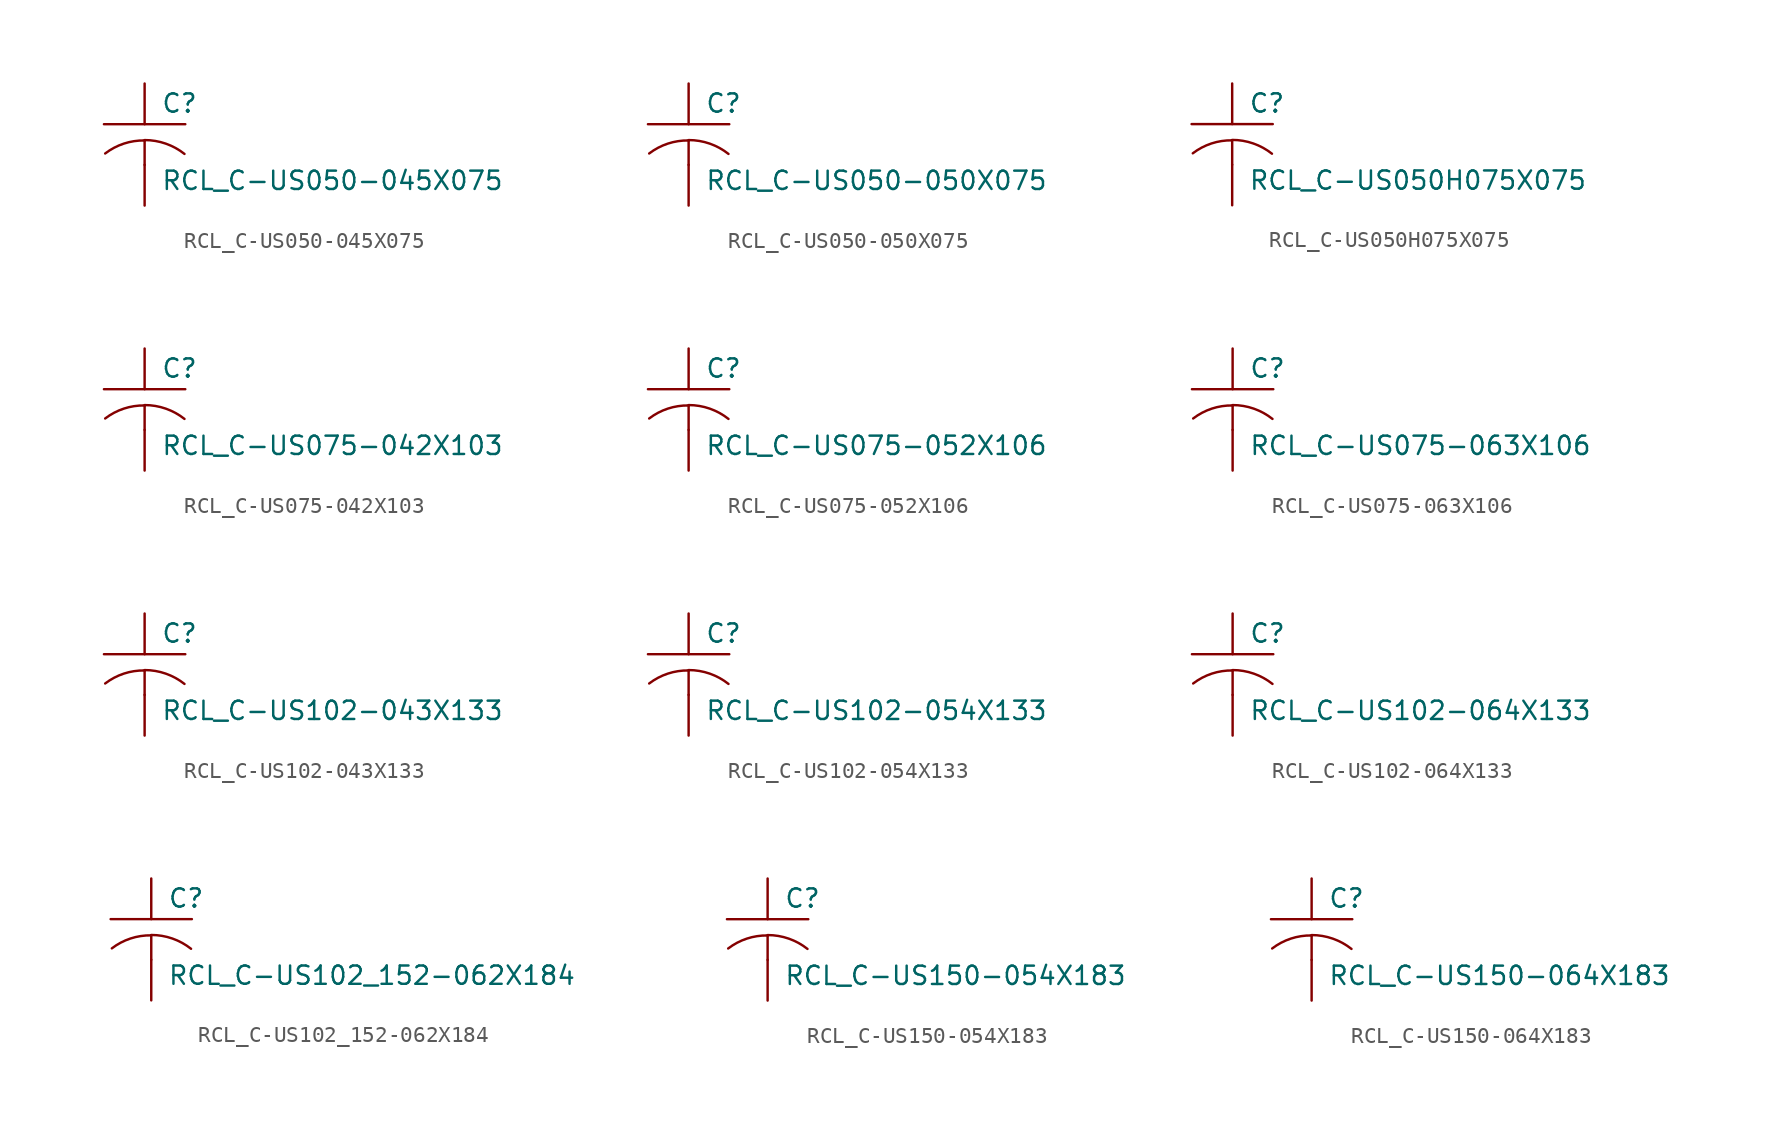
<source format=kicad_sym>
(kicad_symbol_lib
  (version 20210619)
  (generator kicad_symbol_editor)
  (symbol "RCL_C-US050-045X075"
    (pin_numbers hide)
    (pin_names
      (offset 1.016) hide)
    (property "Reference" "C"
      (at 1.016 0.635 0)
      (effects (font (size 1.143 1.143)) (justify left bottom)))
    (property "Value" "RCL_C-US050-045X075"
      (at 1.016 -4.191 0)
      (effects (font (size 1.143 1.143)) (justify left bottom)))
    (property "ki_locked" ""
      (at 0 0 0)
      (effects (font (size 1.27 1.27))))
    (symbol "RCL_C-US050-045X075_1_0"
      (polyline (pts (xy -2.54 0) (xy 2.54 0)) (stroke (width 0)) (fill (type none)))
      (polyline (pts (xy 0 -1.016) (xy 0 -2.54)) (stroke (width 0)) (fill (type none)))
      (polyline (pts (xy 0 -1.016) (xy 0 -1.016)) (stroke (width 0)) (fill (type none))))
    (symbol "RCL_C-US050-045X075_1_1"
      (arc (start 0 -1.016) (end -2.4638 -1.8288) (radius (at 0 -5.08) (length 4.0386) (angles 90.1 127.3)) (stroke (width 0)) (fill (type none)))
      (arc (start 2.4892 -1.8542) (end 0 -0.9906) (radius (at 0 -5.0292) (length 4.0386) (angles 52.3 89.9)) (stroke (width 0)) (fill (type none)))
      (pin passive line (at 0 2.54 270) (length 2.54) (name "1" (effects (font (size 1.016 1.016)))) (number "1" (effects (font (size 1.016 1.016)))))
      (pin passive line (at 0 -5.08 90) (length 2.54) (name "2" (effects (font (size 1.016 1.016)))) (number "2" (effects (font (size 1.016 1.016)))))))
  (symbol "RCL_C-US050-050X075"
    (pin_numbers hide)
    (pin_names
      (offset 1.016) hide)
    (property "Reference" "C"
      (at 1.016 0.635 0)
      (effects (font (size 1.143 1.143)) (justify left bottom)))
    (property "Value" "RCL_C-US050-050X075"
      (at 1.016 -4.191 0)
      (effects (font (size 1.143 1.143)) (justify left bottom)))
    (property "ki_locked" ""
      (at 0 0 0)
      (effects (font (size 1.27 1.27))))
    (symbol "RCL_C-US050-050X075_1_0"
      (polyline (pts (xy -2.54 0) (xy 2.54 0)) (stroke (width 0)) (fill (type none)))
      (polyline (pts (xy 0 -1.016) (xy 0 -2.54)) (stroke (width 0)) (fill (type none)))
      (polyline (pts (xy 0 -1.016) (xy 0 -1.016)) (stroke (width 0)) (fill (type none))))
    (symbol "RCL_C-US050-050X075_1_1"
      (arc (start 0 -1.016) (end -2.4638 -1.8288) (radius (at 0 -5.08) (length 4.0386) (angles 90.1 127.3)) (stroke (width 0)) (fill (type none)))
      (arc (start 2.4892 -1.8542) (end 0 -0.9906) (radius (at 0 -5.0292) (length 4.0386) (angles 52.3 89.9)) (stroke (width 0)) (fill (type none)))
      (pin passive line (at 0 2.54 270) (length 2.54) (name "1" (effects (font (size 1.016 1.016)))) (number "1" (effects (font (size 1.016 1.016)))))
      (pin passive line (at 0 -5.08 90) (length 2.54) (name "2" (effects (font (size 1.016 1.016)))) (number "2" (effects (font (size 1.016 1.016)))))))
  (symbol "RCL_C-US050H075X075"
    (pin_numbers hide)
    (pin_names
      (offset 1.016) hide)
    (property "Reference" "C"
      (at 1.016 0.635 0)
      (effects (font (size 1.143 1.143)) (justify left bottom)))
    (property "Value" "RCL_C-US050H075X075"
      (at 1.016 -4.191 0)
      (effects (font (size 1.143 1.143)) (justify left bottom)))
    (property "ki_locked" ""
      (at 0 0 0)
      (effects (font (size 1.27 1.27))))
    (symbol "RCL_C-US050H075X075_1_0"
      (polyline (pts (xy -2.54 0) (xy 2.54 0)) (stroke (width 0)) (fill (type none)))
      (polyline (pts (xy 0 -1.016) (xy 0 -2.54)) (stroke (width 0)) (fill (type none)))
      (polyline (pts (xy 0 -1.016) (xy 0 -1.016)) (stroke (width 0)) (fill (type none))))
    (symbol "RCL_C-US050H075X075_1_1"
      (arc (start 0 -1.016) (end -2.4638 -1.8288) (radius (at 0 -5.08) (length 4.0386) (angles 90.1 127.3)) (stroke (width 0)) (fill (type none)))
      (arc (start 2.4892 -1.8542) (end 0 -0.9906) (radius (at 0 -5.0292) (length 4.0386) (angles 52.3 89.9)) (stroke (width 0)) (fill (type none)))
      (pin passive line (at 0 2.54 270) (length 2.54) (name "1" (effects (font (size 1.016 1.016)))) (number "1" (effects (font (size 1.016 1.016)))))
      (pin passive line (at 0 -5.08 90) (length 2.54) (name "2" (effects (font (size 1.016 1.016)))) (number "2" (effects (font (size 1.016 1.016)))))))
  (symbol "RCL_C-US075-042X103"
    (pin_numbers hide)
    (pin_names
      (offset 1.016) hide)
    (property "Reference" "C"
      (at 1.016 0.635 0)
      (effects (font (size 1.143 1.143)) (justify left bottom)))
    (property "Value" "RCL_C-US075-042X103"
      (at 1.016 -4.191 0)
      (effects (font (size 1.143 1.143)) (justify left bottom)))
    (property "ki_locked" ""
      (at 0 0 0)
      (effects (font (size 1.27 1.27))))
    (symbol "RCL_C-US075-042X103_1_0"
      (polyline (pts (xy -2.54 0) (xy 2.54 0)) (stroke (width 0)) (fill (type none)))
      (polyline (pts (xy 0 -1.016) (xy 0 -2.54)) (stroke (width 0)) (fill (type none)))
      (polyline (pts (xy 0 -1.016) (xy 0 -1.016)) (stroke (width 0)) (fill (type none))))
    (symbol "RCL_C-US075-042X103_1_1"
      (arc (start 0 -1.016) (end -2.4638 -1.8288) (radius (at 0 -5.08) (length 4.0386) (angles 90.1 127.3)) (stroke (width 0)) (fill (type none)))
      (arc (start 2.4892 -1.8542) (end 0 -0.9906) (radius (at 0 -5.0292) (length 4.0386) (angles 52.3 89.9)) (stroke (width 0)) (fill (type none)))
      (pin passive line (at 0 2.54 270) (length 2.54) (name "1" (effects (font (size 1.016 1.016)))) (number "1" (effects (font (size 1.016 1.016)))))
      (pin passive line (at 0 -5.08 90) (length 2.54) (name "2" (effects (font (size 1.016 1.016)))) (number "2" (effects (font (size 1.016 1.016)))))))
  (symbol "RCL_C-US075-052X106"
    (pin_numbers hide)
    (pin_names
      (offset 1.016) hide)
    (property "Reference" "C"
      (at 1.016 0.635 0)
      (effects (font (size 1.143 1.143)) (justify left bottom)))
    (property "Value" "RCL_C-US075-052X106"
      (at 1.016 -4.191 0)
      (effects (font (size 1.143 1.143)) (justify left bottom)))
    (property "ki_locked" ""
      (at 0 0 0)
      (effects (font (size 1.27 1.27))))
    (symbol "RCL_C-US075-052X106_1_0"
      (polyline (pts (xy -2.54 0) (xy 2.54 0)) (stroke (width 0)) (fill (type none)))
      (polyline (pts (xy 0 -1.016) (xy 0 -2.54)) (stroke (width 0)) (fill (type none)))
      (polyline (pts (xy 0 -1.016) (xy 0 -1.016)) (stroke (width 0)) (fill (type none))))
    (symbol "RCL_C-US075-052X106_1_1"
      (arc (start 0 -1.016) (end -2.4638 -1.8288) (radius (at 0 -5.08) (length 4.0386) (angles 90.1 127.3)) (stroke (width 0)) (fill (type none)))
      (arc (start 2.4892 -1.8542) (end 0 -0.9906) (radius (at 0 -5.0292) (length 4.0386) (angles 52.3 89.9)) (stroke (width 0)) (fill (type none)))
      (pin passive line (at 0 2.54 270) (length 2.54) (name "1" (effects (font (size 1.016 1.016)))) (number "1" (effects (font (size 1.016 1.016)))))
      (pin passive line (at 0 -5.08 90) (length 2.54) (name "2" (effects (font (size 1.016 1.016)))) (number "2" (effects (font (size 1.016 1.016)))))))
  (symbol "RCL_C-US075-063X106"
    (pin_numbers hide)
    (pin_names
      (offset 1.016) hide)
    (property "Reference" "C"
      (at 1.016 0.635 0)
      (effects (font (size 1.143 1.143)) (justify left bottom)))
    (property "Value" "RCL_C-US075-063X106"
      (at 1.016 -4.191 0)
      (effects (font (size 1.143 1.143)) (justify left bottom)))
    (property "ki_locked" ""
      (at 0 0 0)
      (effects (font (size 1.27 1.27))))
    (symbol "RCL_C-US075-063X106_1_0"
      (polyline (pts (xy -2.54 0) (xy 2.54 0)) (stroke (width 0)) (fill (type none)))
      (polyline (pts (xy 0 -1.016) (xy 0 -2.54)) (stroke (width 0)) (fill (type none)))
      (polyline (pts (xy 0 -1.016) (xy 0 -1.016)) (stroke (width 0)) (fill (type none))))
    (symbol "RCL_C-US075-063X106_1_1"
      (arc (start 0 -1.016) (end -2.4638 -1.8288) (radius (at 0 -5.08) (length 4.0386) (angles 90.1 127.3)) (stroke (width 0)) (fill (type none)))
      (arc (start 2.4892 -1.8542) (end 0 -0.9906) (radius (at 0 -5.0292) (length 4.0386) (angles 52.3 89.9)) (stroke (width 0)) (fill (type none)))
      (pin passive line (at 0 2.54 270) (length 2.54) (name "1" (effects (font (size 1.016 1.016)))) (number "1" (effects (font (size 1.016 1.016)))))
      (pin passive line (at 0 -5.08 90) (length 2.54) (name "2" (effects (font (size 1.016 1.016)))) (number "2" (effects (font (size 1.016 1.016)))))))
  (symbol "RCL_C-US102-043X133"
    (pin_numbers hide)
    (pin_names
      (offset 1.016) hide)
    (property "Reference" "C"
      (at 1.016 0.635 0)
      (effects (font (size 1.143 1.143)) (justify left bottom)))
    (property "Value" "RCL_C-US102-043X133"
      (at 1.016 -4.191 0)
      (effects (font (size 1.143 1.143)) (justify left bottom)))
    (property "ki_locked" ""
      (at 0 0 0)
      (effects (font (size 1.27 1.27))))
    (symbol "RCL_C-US102-043X133_1_0"
      (polyline (pts (xy -2.54 0) (xy 2.54 0)) (stroke (width 0)) (fill (type none)))
      (polyline (pts (xy 0 -1.016) (xy 0 -2.54)) (stroke (width 0)) (fill (type none)))
      (polyline (pts (xy 0 -1.016) (xy 0 -1.016)) (stroke (width 0)) (fill (type none))))
    (symbol "RCL_C-US102-043X133_1_1"
      (arc (start 0 -1.016) (end -2.4638 -1.8288) (radius (at 0 -5.08) (length 4.0386) (angles 90.1 127.3)) (stroke (width 0)) (fill (type none)))
      (arc (start 2.4892 -1.8542) (end 0 -0.9906) (radius (at 0 -5.0292) (length 4.0386) (angles 52.3 89.9)) (stroke (width 0)) (fill (type none)))
      (pin passive line (at 0 2.54 270) (length 2.54) (name "1" (effects (font (size 1.016 1.016)))) (number "1" (effects (font (size 1.016 1.016)))))
      (pin passive line (at 0 -5.08 90) (length 2.54) (name "2" (effects (font (size 1.016 1.016)))) (number "2" (effects (font (size 1.016 1.016)))))))
  (symbol "RCL_C-US102-054X133"
    (pin_numbers hide)
    (pin_names
      (offset 1.016) hide)
    (property "Reference" "C"
      (at 1.016 0.635 0)
      (effects (font (size 1.143 1.143)) (justify left bottom)))
    (property "Value" "RCL_C-US102-054X133"
      (at 1.016 -4.191 0)
      (effects (font (size 1.143 1.143)) (justify left bottom)))
    (property "ki_locked" ""
      (at 0 0 0)
      (effects (font (size 1.27 1.27))))
    (symbol "RCL_C-US102-054X133_1_0"
      (polyline (pts (xy -2.54 0) (xy 2.54 0)) (stroke (width 0)) (fill (type none)))
      (polyline (pts (xy 0 -1.016) (xy 0 -2.54)) (stroke (width 0)) (fill (type none)))
      (polyline (pts (xy 0 -1.016) (xy 0 -1.016)) (stroke (width 0)) (fill (type none))))
    (symbol "RCL_C-US102-054X133_1_1"
      (arc (start 0 -1.016) (end -2.4638 -1.8288) (radius (at 0 -5.08) (length 4.0386) (angles 90.1 127.3)) (stroke (width 0)) (fill (type none)))
      (arc (start 2.4892 -1.8542) (end 0 -0.9906) (radius (at 0 -5.0292) (length 4.0386) (angles 52.3 89.9)) (stroke (width 0)) (fill (type none)))
      (pin passive line (at 0 2.54 270) (length 2.54) (name "1" (effects (font (size 1.016 1.016)))) (number "1" (effects (font (size 1.016 1.016)))))
      (pin passive line (at 0 -5.08 90) (length 2.54) (name "2" (effects (font (size 1.016 1.016)))) (number "2" (effects (font (size 1.016 1.016)))))))
  (symbol "RCL_C-US102-064X133"
    (pin_numbers hide)
    (pin_names
      (offset 1.016) hide)
    (property "Reference" "C"
      (at 1.016 0.635 0)
      (effects (font (size 1.143 1.143)) (justify left bottom)))
    (property "Value" "RCL_C-US102-064X133"
      (at 1.016 -4.191 0)
      (effects (font (size 1.143 1.143)) (justify left bottom)))
    (property "ki_locked" ""
      (at 0 0 0)
      (effects (font (size 1.27 1.27))))
    (symbol "RCL_C-US102-064X133_1_0"
      (polyline (pts (xy -2.54 0) (xy 2.54 0)) (stroke (width 0)) (fill (type none)))
      (polyline (pts (xy 0 -1.016) (xy 0 -2.54)) (stroke (width 0)) (fill (type none)))
      (polyline (pts (xy 0 -1.016) (xy 0 -1.016)) (stroke (width 0)) (fill (type none))))
    (symbol "RCL_C-US102-064X133_1_1"
      (arc (start 0 -1.016) (end -2.4638 -1.8288) (radius (at 0 -5.08) (length 4.0386) (angles 90.1 127.3)) (stroke (width 0)) (fill (type none)))
      (arc (start 2.4892 -1.8542) (end 0 -0.9906) (radius (at 0 -5.0292) (length 4.0386) (angles 52.3 89.9)) (stroke (width 0)) (fill (type none)))
      (pin passive line (at 0 2.54 270) (length 2.54) (name "1" (effects (font (size 1.016 1.016)))) (number "1" (effects (font (size 1.016 1.016)))))
      (pin passive line (at 0 -5.08 90) (length 2.54) (name "2" (effects (font (size 1.016 1.016)))) (number "2" (effects (font (size 1.016 1.016)))))))
  (symbol "RCL_C-US102_152-062X184"
    (pin_numbers hide)
    (pin_names
      (offset 1.016) hide)
    (property "Reference" "C"
      (at 1.016 0.635 0)
      (effects (font (size 1.143 1.143)) (justify left bottom)))
    (property "Value" "RCL_C-US102_152-062X184"
      (at 1.016 -4.191 0)
      (effects (font (size 1.143 1.143)) (justify left bottom)))
    (property "ki_locked" ""
      (at 0 0 0)
      (effects (font (size 1.27 1.27))))
    (symbol "RCL_C-US102_152-062X184_1_0"
      (polyline (pts (xy -2.54 0) (xy 2.54 0)) (stroke (width 0)) (fill (type none)))
      (polyline (pts (xy 0 -1.016) (xy 0 -2.54)) (stroke (width 0)) (fill (type none)))
      (polyline (pts (xy 0 -1.016) (xy 0 -1.016)) (stroke (width 0)) (fill (type none))))
    (symbol "RCL_C-US102_152-062X184_1_1"
      (arc (start 0 -1.016) (end -2.4638 -1.8288) (radius (at 0 -5.08) (length 4.0386) (angles 90.1 127.3)) (stroke (width 0)) (fill (type none)))
      (arc (start 2.4892 -1.8542) (end 0 -0.9906) (radius (at 0 -5.0292) (length 4.0386) (angles 52.3 89.9)) (stroke (width 0)) (fill (type none)))
      (pin passive line (at 0 2.54 270) (length 2.54) (name "1" (effects (font (size 1.016 1.016)))) (number "1" (effects (font (size 1.016 1.016)))))
      (pin passive line (at 0 -5.08 90) (length 2.54) (name "2" (effects (font (size 1.016 1.016)))) (number "2" (effects (font (size 1.016 1.016)))))))
  (symbol "RCL_C-US150-054X183"
    (pin_numbers hide)
    (pin_names
      (offset 1.016) hide)
    (property "Reference" "C"
      (at 1.016 0.635 0)
      (effects (font (size 1.143 1.143)) (justify left bottom)))
    (property "Value" "RCL_C-US150-054X183"
      (at 1.016 -4.191 0)
      (effects (font (size 1.143 1.143)) (justify left bottom)))
    (property "ki_locked" ""
      (at 0 0 0)
      (effects (font (size 1.27 1.27))))
    (symbol "RCL_C-US150-054X183_1_0"
      (polyline (pts (xy -2.54 0) (xy 2.54 0)) (stroke (width 0)) (fill (type none)))
      (polyline (pts (xy 0 -1.016) (xy 0 -2.54)) (stroke (width 0)) (fill (type none)))
      (polyline (pts (xy 0 -1.016) (xy 0 -1.016)) (stroke (width 0)) (fill (type none))))
    (symbol "RCL_C-US150-054X183_1_1"
      (arc (start 0 -1.016) (end -2.4638 -1.8288) (radius (at 0 -5.08) (length 4.0386) (angles 90.1 127.3)) (stroke (width 0)) (fill (type none)))
      (arc (start 2.4892 -1.8542) (end 0 -0.9906) (radius (at 0 -5.0292) (length 4.0386) (angles 52.3 89.9)) (stroke (width 0)) (fill (type none)))
      (pin passive line (at 0 2.54 270) (length 2.54) (name "1" (effects (font (size 1.016 1.016)))) (number "1" (effects (font (size 1.016 1.016)))))
      (pin passive line (at 0 -5.08 90) (length 2.54) (name "2" (effects (font (size 1.016 1.016)))) (number "2" (effects (font (size 1.016 1.016)))))))
  (symbol "RCL_C-US150-064X183"
    (pin_numbers hide)
    (pin_names
      (offset 1.016) hide)
    (property "Reference" "C"
      (at 1.016 0.635 0)
      (effects (font (size 1.143 1.143)) (justify left bottom)))
    (property "Value" "RCL_C-US150-064X183"
      (at 1.016 -4.191 0)
      (effects (font (size 1.143 1.143)) (justify left bottom)))
    (property "ki_locked" ""
      (at 0 0 0)
      (effects (font (size 1.27 1.27))))
    (symbol "RCL_C-US150-064X183_1_0"
      (polyline (pts (xy -2.54 0) (xy 2.54 0)) (stroke (width 0)) (fill (type none)))
      (polyline (pts (xy 0 -1.016) (xy 0 -2.54)) (stroke (width 0)) (fill (type none)))
      (polyline (pts (xy 0 -1.016) (xy 0 -1.016)) (stroke (width 0)) (fill (type none))))
    (symbol "RCL_C-US150-064X183_1_1"
      (arc (start 0 -1.016) (end -2.4638 -1.8288) (radius (at 0 -5.08) (length 4.0386) (angles 90.1 127.3)) (stroke (width 0)) (fill (type none)))
      (arc (start 2.4892 -1.8542) (end 0 -0.9906) (radius (at 0 -5.0292) (length 4.0386) (angles 52.3 89.9)) (stroke (width 0)) (fill (type none)))
      (pin passive line (at 0 2.54 270) (length 2.54) (name "1" (effects (font (size 1.016 1.016)))) (number "1" (effects (font (size 1.016 1.016)))))
      (pin passive line (at 0 -5.08 90) (length 2.54) (name "2" (effects (font (size 1.016 1.016)))) (number "2" (effects (font (size 1.016 1.016))))))))
</source>
